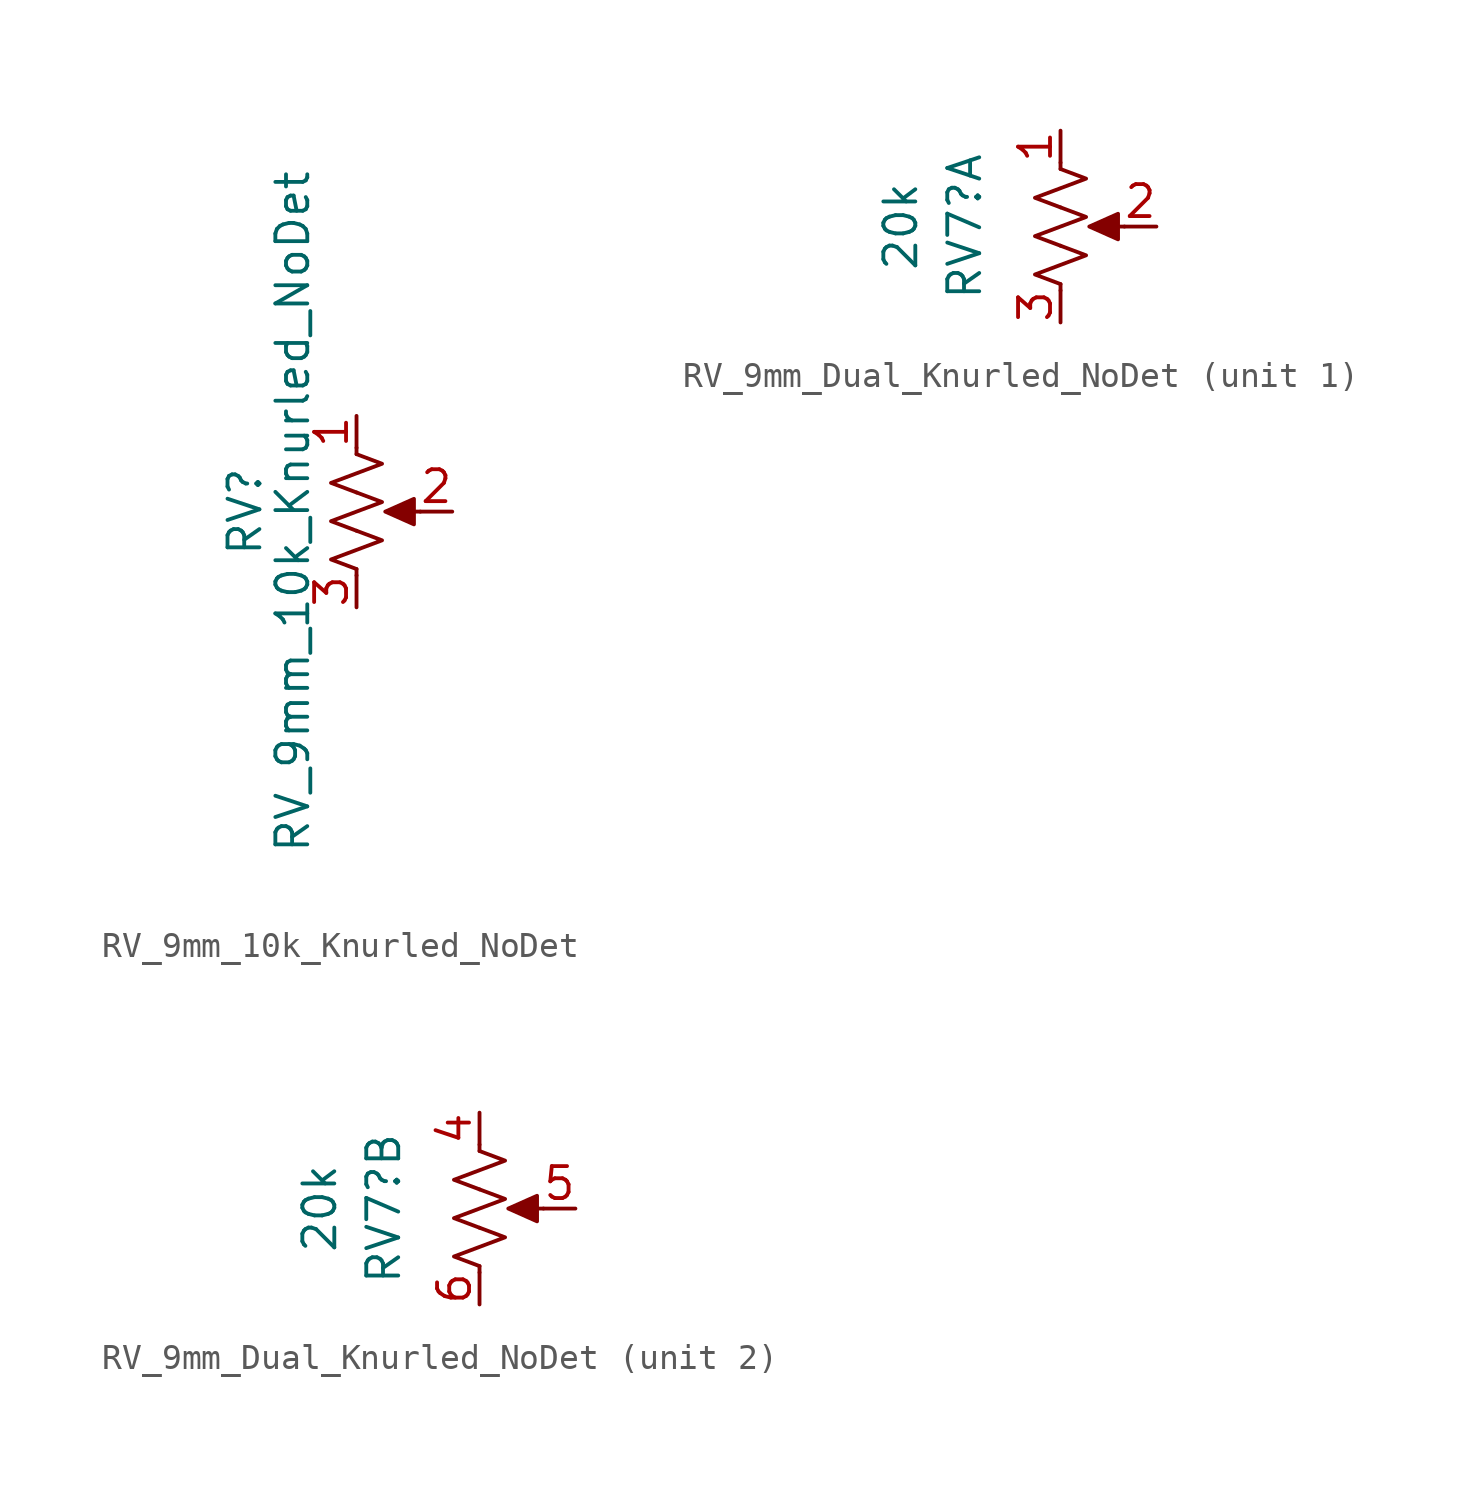
<source format=kicad_sym>
(kicad_symbol_lib
  (version 20231120)
  (generator "kicad_symbol_editor")
  (generator_version "8.0")
  (symbol "RV_9mm_10k_Knurled_NoDet"
    (pin_names
      (offset 1.016) hide)
    (property "Reference" "RV"
      (at -4.445 0 90)
      (effects (font (size 1.27 1.27))))
    (property "Value" "RV_9mm_10k_Knurled_NoDet"
      (at -2.54 0 90)
      (effects (font (size 1.27 1.27))))
    (symbol "RV_9mm_10k_Knurled_NoDet_0_1"
      (polyline (pts (xy 0 -2.286) (xy 0 -2.54)) (stroke (width 0) (type default)) (fill (type none)))
      (polyline (pts (xy 0 2.54) (xy 0 2.286)) (stroke (width 0) (type default)) (fill (type none)))
      (polyline (pts (xy 2.54 0) (xy 1.524 0)) (stroke (width 0) (type default)) (fill (type none)))
      (polyline (pts (xy 1.143 0) (xy 2.286 0.508) (xy 2.286 -0.508) (xy 1.143 0)) (stroke (width 0) (type default)) (fill (type outline)))
      (polyline (pts (xy 0 -0.762) (xy 1.016 -1.143) (xy 0 -1.524) (xy -1.016 -1.905) (xy 0 -2.286)) (stroke (width 0) (type default)) (fill (type none)))
      (polyline (pts (xy 0 0.762) (xy 1.016 0.381) (xy 0 0) (xy -1.016 -0.381) (xy 0 -0.762)) (stroke (width 0) (type default)) (fill (type none)))
      (polyline (pts (xy 0 2.286) (xy 1.016 1.905) (xy 0 1.524) (xy -1.016 1.143) (xy 0 0.762)) (stroke (width 0) (type default)) (fill (type none))))
    (symbol "RV_9mm_10k_Knurled_NoDet_1_1"
      (pin passive line (at 0 3.81 270) (length 1.27) (name "1" (effects (font (size 1.27 1.27)))) (number "1" (effects (font (size 1.27 1.27)))))
      (pin passive line (at 3.81 0 180) (length 1.27) (name "2" (effects (font (size 1.27 1.27)))) (number "2" (effects (font (size 1.27 1.27)))))
      (pin passive line (at 0 -3.81 90) (length 1.27) (name "3" (effects (font (size 1.27 1.27)))) (number "3" (effects (font (size 1.27 1.27)))))))
  (symbol "RV_9mm_Dual_Knurled_NoDet"
    (pin_names
      (offset 1.016) hide)
    (property "Reference" "RV7"
      (at -3.81 0 90)
      (effects (font (size 1.27 1.27))))
    (property "Value" "20k"
      (at -6.35 0 90)
      (effects (font (size 1.27 1.27))))
    (symbol "RV_9mm_Dual_Knurled_NoDet_0_1"
      (polyline (pts (xy 0 -2.286) (xy 0 -2.54)) (stroke (width 0) (type default)) (fill (type none)))
      (polyline (pts (xy 0 2.54) (xy 0 2.286)) (stroke (width 0) (type default)) (fill (type none)))
      (polyline (pts (xy 2.54 0) (xy 1.524 0)) (stroke (width 0) (type default)) (fill (type none)))
      (polyline (pts (xy 1.143 0) (xy 2.286 0.508) (xy 2.286 -0.508) (xy 1.143 0)) (stroke (width 0) (type default)) (fill (type outline)))
      (polyline (pts (xy 0 -0.762) (xy 1.016 -1.143) (xy 0 -1.524) (xy -1.016 -1.905) (xy 0 -2.286)) (stroke (width 0) (type default)) (fill (type none)))
      (polyline (pts (xy 0 0.762) (xy 1.016 0.381) (xy 0 0) (xy -1.016 -0.381) (xy 0 -0.762)) (stroke (width 0) (type default)) (fill (type none)))
      (polyline (pts (xy 0 2.286) (xy 1.016 1.905) (xy 0 1.524) (xy -1.016 1.143) (xy 0 0.762)) (stroke (width 0) (type default)) (fill (type none))))
    (symbol "RV_9mm_Dual_Knurled_NoDet_1_1"
      (pin passive line (at 0 3.81 270) (length 1.27) (name "1" (effects (font (size 1.27 1.27)))) (number "1" (effects (font (size 1.27 1.27)))))
      (pin passive line (at 3.81 0 180) (length 1.27) (name "2" (effects (font (size 1.27 1.27)))) (number "2" (effects (font (size 1.27 1.27)))))
      (pin passive line (at 0 -3.81 90) (length 1.27) (name "3" (effects (font (size 1.27 1.27)))) (number "3" (effects (font (size 1.27 1.27))))))
    (symbol "RV_9mm_Dual_Knurled_NoDet_2_1"
      (pin passive line (at 0 3.81 270) (length 1.27) (name "1" (effects (font (size 1.27 1.27)))) (number "4" (effects (font (size 1.27 1.27)))))
      (pin passive line (at 3.81 0 180) (length 1.27) (name "2" (effects (font (size 1.27 1.27)))) (number "5" (effects (font (size 1.27 1.27)))))
      (pin passive line (at 0 -3.81 90) (length 1.27) (name "3" (effects (font (size 1.27 1.27)))) (number "6" (effects (font (size 1.27 1.27))))))))
</source>
